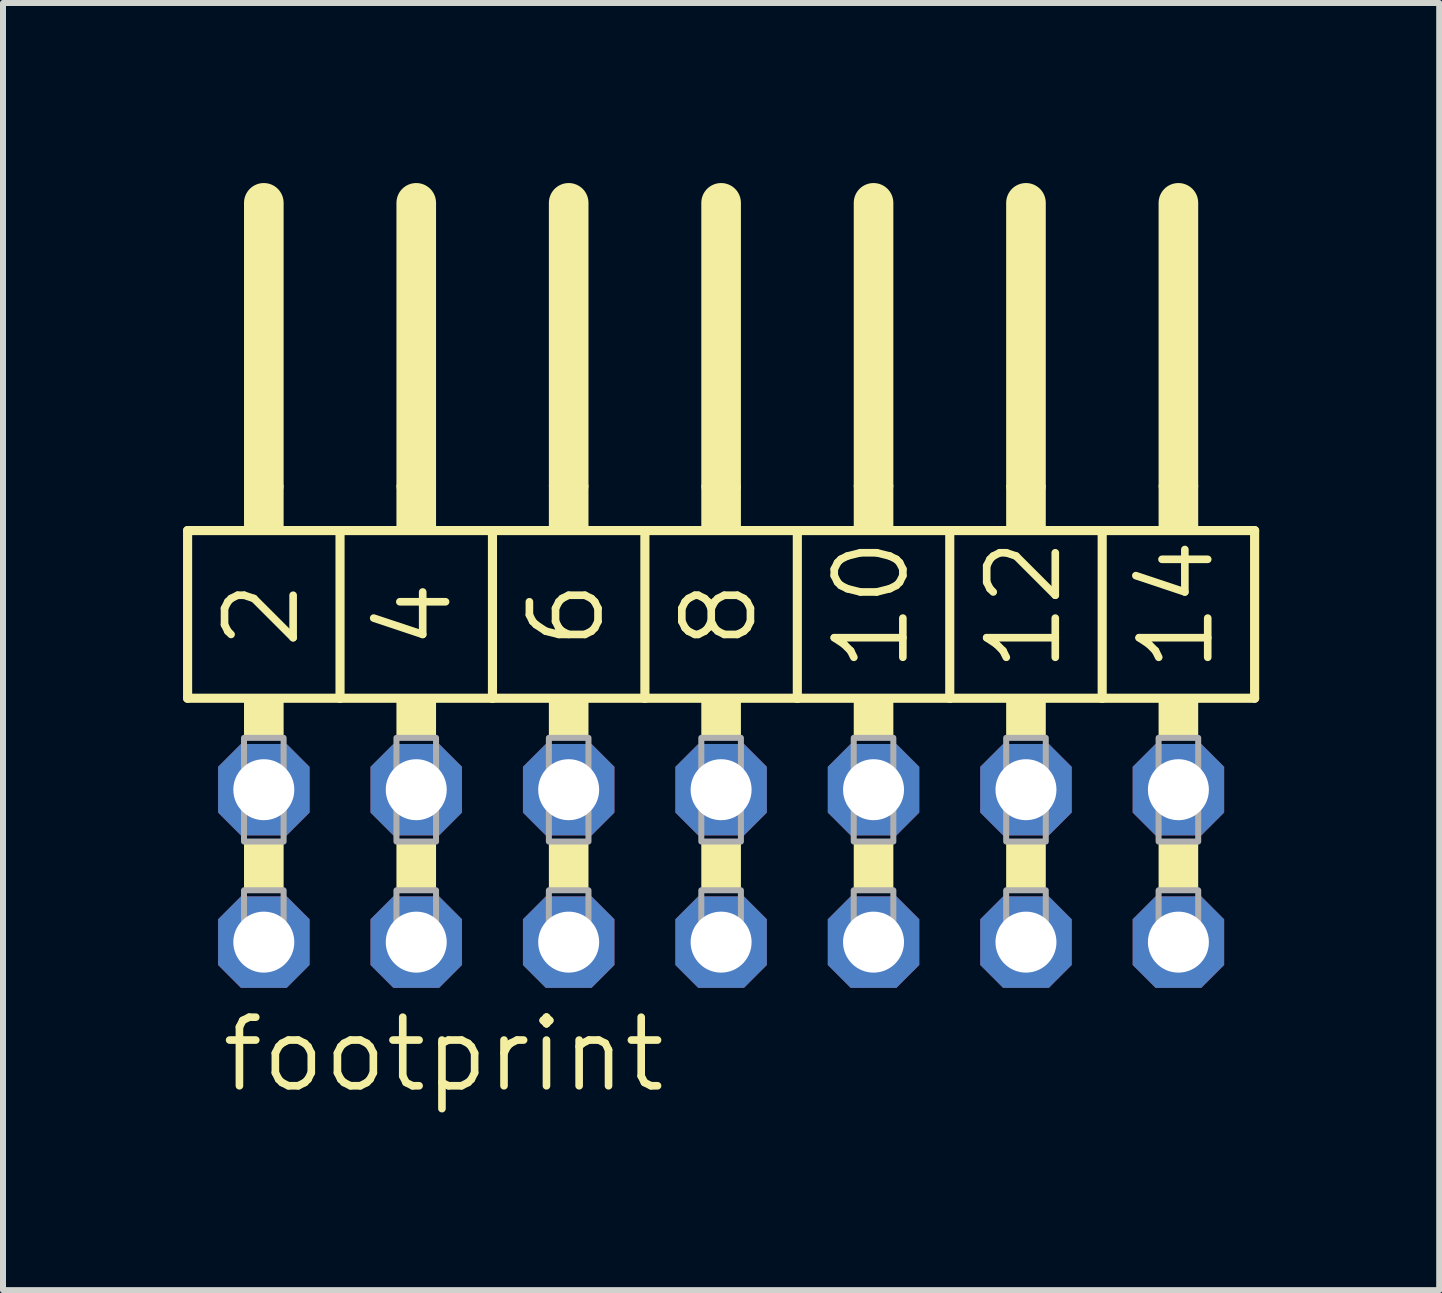
<source format=kicad_pcb>
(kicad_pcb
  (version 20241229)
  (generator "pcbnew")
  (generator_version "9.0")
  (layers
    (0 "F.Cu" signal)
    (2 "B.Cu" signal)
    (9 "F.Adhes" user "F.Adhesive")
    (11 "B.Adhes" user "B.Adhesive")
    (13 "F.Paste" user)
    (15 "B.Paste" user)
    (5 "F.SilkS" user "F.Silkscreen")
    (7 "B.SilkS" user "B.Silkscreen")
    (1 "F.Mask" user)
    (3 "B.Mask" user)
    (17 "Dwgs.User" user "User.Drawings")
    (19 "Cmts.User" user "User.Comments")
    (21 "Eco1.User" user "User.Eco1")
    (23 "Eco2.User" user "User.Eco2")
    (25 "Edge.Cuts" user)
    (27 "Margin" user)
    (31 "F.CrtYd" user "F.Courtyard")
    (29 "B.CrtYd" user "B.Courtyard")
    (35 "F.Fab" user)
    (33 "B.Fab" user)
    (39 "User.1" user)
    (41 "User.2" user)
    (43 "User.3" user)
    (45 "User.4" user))
  (footprint "footprint"
    (layer "F.Cu")
    (at 8.966 11.379)
    (property "Reference" "footprint" (at -8.382 3.81 0) (layer "F.SilkS") (effects (font (size 1.143 1.143) (thickness 0.127)) (justify left bottom)))
    (fp_line (start -8.89 -5.588) (end -6.35 -5.588) (stroke (width 0.152) (type solid)) (layer "F.SilkS"))
    (fp_line (start -8.89 -2.794) (end -8.89 -5.588) (stroke (width 0.152) (type solid)) (layer "F.SilkS"))
    (fp_line (start -7.62 -6.35) (end -7.62 -11.049) (stroke (width 0.66) (type solid)) (layer "F.SilkS"))
    (fp_line (start -6.35 -5.588) (end -3.81 -5.588) (stroke (width 0.152) (type solid)) (layer "F.SilkS"))
    (fp_line (start -6.35 -2.794) (end -8.89 -2.794) (stroke (width 0.152) (type solid)) (layer "F.SilkS"))
    (fp_line (start -6.35 -2.794) (end -6.35 -5.588) (stroke (width 0.152) (type solid)) (layer "F.SilkS"))
    (fp_line (start -6.35 -2.794) (end -3.81 -2.794) (stroke (width 0.152) (type solid)) (layer "F.SilkS"))
    (fp_line (start -5.08 -6.35) (end -5.08 -11.049) (stroke (width 0.66) (type solid)) (layer "F.SilkS"))
    (fp_line (start -3.81 -5.588) (end -1.27 -5.588) (stroke (width 0.152) (type solid)) (layer "F.SilkS"))
    (fp_line (start -3.81 -2.794) (end -3.81 -5.588) (stroke (width 0.152) (type solid)) (layer "F.SilkS"))
    (fp_line (start -2.54 -6.35) (end -2.54 -11.049) (stroke (width 0.66) (type solid)) (layer "F.SilkS"))
    (fp_line (start -1.27 -5.588) (end 1.27 -5.588) (stroke (width 0.152) (type solid)) (layer "F.SilkS"))
    (fp_line (start -1.27 -2.794) (end -3.81 -2.794) (stroke (width 0.152) (type solid)) (layer "F.SilkS"))
    (fp_line (start -1.27 -2.794) (end -1.27 -5.588) (stroke (width 0.152) (type solid)) (layer "F.SilkS"))
    (fp_line (start 0 -6.35) (end 0 -11.049) (stroke (width 0.66) (type solid)) (layer "F.SilkS"))
    (fp_line (start 1.27 -5.588) (end 3.81 -5.588) (stroke (width 0.152) (type solid)) (layer "F.SilkS"))
    (fp_line (start 1.27 -2.794) (end -1.27 -2.794) (stroke (width 0.152) (type solid)) (layer "F.SilkS"))
    (fp_line (start 1.27 -2.794) (end 1.27 -5.588) (stroke (width 0.152) (type solid)) (layer "F.SilkS"))
    (fp_line (start 2.54 -6.35) (end 2.54 -11.049) (stroke (width 0.66) (type solid)) (layer "F.SilkS"))
    (fp_line (start 3.81 -5.588) (end 6.35 -5.588) (stroke (width 0.152) (type solid)) (layer "F.SilkS"))
    (fp_line (start 3.81 -2.794) (end 1.27 -2.794) (stroke (width 0.152) (type solid)) (layer "F.SilkS"))
    (fp_line (start 3.81 -2.794) (end 3.81 -5.588) (stroke (width 0.152) (type solid)) (layer "F.SilkS"))
    (fp_line (start 5.08 -6.35) (end 5.08 -11.049) (stroke (width 0.66) (type solid)) (layer "F.SilkS"))
    (fp_line (start 6.35 -5.588) (end 8.89 -5.588) (stroke (width 0.152) (type solid)) (layer "F.SilkS"))
    (fp_line (start 6.35 -2.794) (end 3.81 -2.794) (stroke (width 0.152) (type solid)) (layer "F.SilkS"))
    (fp_line (start 6.35 -2.794) (end 6.35 -5.588) (stroke (width 0.152) (type solid)) (layer "F.SilkS"))
    (fp_line (start 6.35 -2.794) (end 8.89 -2.794) (stroke (width 0.152) (type solid)) (layer "F.SilkS"))
    (fp_line (start 7.62 -6.35) (end 7.62 -11.049) (stroke (width 0.66) (type solid)) (layer "F.SilkS"))
    (fp_line (start 8.89 -2.794) (end 8.89 -5.588) (stroke (width 0.152) (type solid)) (layer "F.SilkS"))
    (fp_poly (pts (xy -7.95 -5.588) (xy -7.29 -5.588) (xy -7.29 -6.35) (xy -7.95 -6.35)) (stroke (width 0) (type solid)) (fill yes) (layer "F.SilkS"))
    (fp_poly (pts (xy -7.95 -2.134) (xy -7.29 -2.134) (xy -7.29 -2.794) (xy -7.95 -2.794)) (stroke (width 0) (type solid)) (fill yes) (layer "F.SilkS"))
    (fp_poly (pts (xy -7.95 0.406) (xy -7.29 0.406) (xy -7.29 -0.406) (xy -7.95 -0.406)) (stroke (width 0) (type solid)) (fill yes) (layer "F.SilkS"))
    (fp_poly (pts (xy -5.41 -5.588) (xy -4.75 -5.588) (xy -4.75 -6.35) (xy -5.41 -6.35)) (stroke (width 0) (type solid)) (fill yes) (layer "F.SilkS"))
    (fp_poly (pts (xy -5.41 -2.134) (xy -4.75 -2.134) (xy -4.75 -2.794) (xy -5.41 -2.794)) (stroke (width 0) (type solid)) (fill yes) (layer "F.SilkS"))
    (fp_poly (pts (xy -5.41 0.406) (xy -4.75 0.406) (xy -4.75 -0.406) (xy -5.41 -0.406)) (stroke (width 0) (type solid)) (fill yes) (layer "F.SilkS"))
    (fp_poly (pts (xy -2.87 -5.588) (xy -2.21 -5.588) (xy -2.21 -6.35) (xy -2.87 -6.35)) (stroke (width 0) (type solid)) (fill yes) (layer "F.SilkS"))
    (fp_poly (pts (xy -2.87 -2.134) (xy -2.21 -2.134) (xy -2.21 -2.794) (xy -2.87 -2.794)) (stroke (width 0) (type solid)) (fill yes) (layer "F.SilkS"))
    (fp_poly (pts (xy -2.87 0.406) (xy -2.21 0.406) (xy -2.21 -0.406) (xy -2.87 -0.406)) (stroke (width 0) (type solid)) (fill yes) (layer "F.SilkS"))
    (fp_poly (pts (xy -0.33 -5.588) (xy 0.33 -5.588) (xy 0.33 -6.35) (xy -0.33 -6.35)) (stroke (width 0) (type solid)) (fill yes) (layer "F.SilkS"))
    (fp_poly (pts (xy -0.33 -2.134) (xy 0.33 -2.134) (xy 0.33 -2.794) (xy -0.33 -2.794)) (stroke (width 0) (type solid)) (fill yes) (layer "F.SilkS"))
    (fp_poly (pts (xy -0.33 0.406) (xy 0.33 0.406) (xy 0.33 -0.406) (xy -0.33 -0.406)) (stroke (width 0) (type solid)) (fill yes) (layer "F.SilkS"))
    (fp_poly (pts (xy 2.21 -5.588) (xy 2.87 -5.588) (xy 2.87 -6.35) (xy 2.21 -6.35)) (stroke (width 0) (type solid)) (fill yes) (layer "F.SilkS"))
    (fp_poly (pts (xy 2.21 -2.134) (xy 2.87 -2.134) (xy 2.87 -2.794) (xy 2.21 -2.794)) (stroke (width 0) (type solid)) (fill yes) (layer "F.SilkS"))
    (fp_poly (pts (xy 2.21 0.406) (xy 2.87 0.406) (xy 2.87 -0.406) (xy 2.21 -0.406)) (stroke (width 0) (type solid)) (fill yes) (layer "F.SilkS"))
    (fp_poly (pts (xy 4.75 -5.588) (xy 5.41 -5.588) (xy 5.41 -6.35) (xy 4.75 -6.35)) (stroke (width 0) (type solid)) (fill yes) (layer "F.SilkS"))
    (fp_poly (pts (xy 4.75 -2.134) (xy 5.41 -2.134) (xy 5.41 -2.794) (xy 4.75 -2.794)) (stroke (width 0) (type solid)) (fill yes) (layer "F.SilkS"))
    (fp_poly (pts (xy 4.75 0.406) (xy 5.41 0.406) (xy 5.41 -0.406) (xy 4.75 -0.406)) (stroke (width 0) (type solid)) (fill yes) (layer "F.SilkS"))
    (fp_poly (pts (xy 7.29 -5.588) (xy 7.95 -5.588) (xy 7.95 -6.35) (xy 7.29 -6.35)) (stroke (width 0) (type solid)) (fill yes) (layer "F.SilkS"))
    (fp_poly (pts (xy 7.29 -2.134) (xy 7.95 -2.134) (xy 7.95 -2.794) (xy 7.29 -2.794)) (stroke (width 0) (type solid)) (fill yes) (layer "F.SilkS"))
    (fp_poly (pts (xy 7.29 0.406) (xy 7.95 0.406) (xy 7.95 -0.406) (xy 7.29 -0.406)) (stroke (width 0) (type solid)) (fill yes) (layer "F.SilkS"))
    (fp_poly (pts (xy -7.95 -0.406) (xy -7.29 -0.406) (xy -7.29 -2.134) (xy -7.95 -2.134)) (stroke (width 0.1) (type solid)) (fill no) (layer "F.Fab"))
    (fp_poly (pts (xy -7.95 1.575) (xy -7.29 1.575) (xy -7.29 0.406) (xy -7.95 0.406)) (stroke (width 0.1) (type solid)) (fill no) (layer "F.Fab"))
    (fp_poly (pts (xy -5.41 -0.406) (xy -4.75 -0.406) (xy -4.75 -2.134) (xy -5.41 -2.134)) (stroke (width 0.1) (type solid)) (fill no) (layer "F.Fab"))
    (fp_poly (pts (xy -5.41 1.575) (xy -4.75 1.575) (xy -4.75 0.406) (xy -5.41 0.406)) (stroke (width 0.1) (type solid)) (fill no) (layer "F.Fab"))
    (fp_poly (pts (xy -2.87 -0.406) (xy -2.21 -0.406) (xy -2.21 -2.134) (xy -2.87 -2.134)) (stroke (width 0.1) (type solid)) (fill no) (layer "F.Fab"))
    (fp_poly (pts (xy -2.87 1.575) (xy -2.21 1.575) (xy -2.21 0.406) (xy -2.87 0.406)) (stroke (width 0.1) (type solid)) (fill no) (layer "F.Fab"))
    (fp_poly (pts (xy -0.33 -0.406) (xy 0.33 -0.406) (xy 0.33 -2.134) (xy -0.33 -2.134)) (stroke (width 0.1) (type solid)) (fill no) (layer "F.Fab"))
    (fp_poly (pts (xy -0.33 1.575) (xy 0.33 1.575) (xy 0.33 0.406) (xy -0.33 0.406)) (stroke (width 0.1) (type solid)) (fill no) (layer "F.Fab"))
    (fp_poly (pts (xy 2.21 -0.406) (xy 2.87 -0.406) (xy 2.87 -2.134) (xy 2.21 -2.134)) (stroke (width 0.1) (type solid)) (fill no) (layer "F.Fab"))
    (fp_poly (pts (xy 2.21 1.575) (xy 2.87 1.575) (xy 2.87 0.406) (xy 2.21 0.406)) (stroke (width 0.1) (type solid)) (fill no) (layer "F.Fab"))
    (fp_poly (pts (xy 4.75 -0.406) (xy 5.41 -0.406) (xy 5.41 -2.134) (xy 4.75 -2.134)) (stroke (width 0.1) (type solid)) (fill no) (layer "F.Fab"))
    (fp_poly (pts (xy 4.75 1.575) (xy 5.41 1.575) (xy 5.41 0.406) (xy 4.75 0.406)) (stroke (width 0.1) (type solid)) (fill no) (layer "F.Fab"))
    (fp_poly (pts (xy 7.29 -0.406) (xy 7.95 -0.406) (xy 7.95 -2.134) (xy 7.29 -2.134)) (stroke (width 0.1) (type solid)) (fill no) (layer "F.Fab"))
    (fp_poly (pts (xy 7.29 1.575) (xy 7.95 1.575) (xy 7.95 0.406) (xy 7.29 0.406)) (stroke (width 0.1) (type solid)) (fill no) (layer "F.Fab"))
    (fp_text user "2" (at -6.985 -3.556 90) (layer "F.SilkS") (effects (font (size 1.143 1.143) (thickness 0.127)) (justify left bottom)))
    (fp_text user "8" (at 0.635 -3.556 90) (layer "F.SilkS") (effects (font (size 1.143 1.143) (thickness 0.127)) (justify left bottom)))
    (fp_text user "6" (at -1.905 -3.556 90) (layer "F.SilkS") (effects (font (size 1.143 1.143) (thickness 0.127)) (justify left bottom)))
    (fp_text user "4" (at -4.445 -3.556 90) (layer "F.SilkS") (effects (font (size 1.143 1.143) (thickness 0.127)) (justify left bottom)))
    (fp_text user "10" (at 3.175 -3.175 90) (layer "F.SilkS") (effects (font (size 1.143 1.143) (thickness 0.127)) (justify left bottom)))
    (fp_text user "12" (at 5.715 -3.175 90) (layer "F.SilkS") (effects (font (size 1.143 1.143) (thickness 0.127)) (justify left bottom)))
    (fp_text user "14" (at 8.255 -3.175 90) (layer "F.SilkS") (effects (font (size 1.143 1.143) (thickness 0.127)) (justify left bottom)))
    (pad "1" thru_hole roundrect (at -7.62 1.27) (size 1.524 1.524) (drill 1.016) (layers "*.Cu" "*.Mask") (roundrect_rratio 0.25) (chamfer_ratio 0.25) (chamfer top_left top_right bottom_left bottom_right))
    (pad "2" thru_hole roundrect (at -7.62 -1.27) (size 1.524 1.524) (drill 1.016) (layers "*.Cu" "*.Mask") (roundrect_rratio 0.25) (chamfer_ratio 0.25) (chamfer top_left top_right bottom_left bottom_right))
    (pad "3" thru_hole roundrect (at -5.08 1.27) (size 1.524 1.524) (drill 1.016) (layers "*.Cu" "*.Mask") (roundrect_rratio 0.25) (chamfer_ratio 0.25) (chamfer top_left top_right bottom_left bottom_right))
    (pad "4" thru_hole roundrect (at -5.08 -1.27) (size 1.524 1.524) (drill 1.016) (layers "*.Cu" "*.Mask") (roundrect_rratio 0.25) (chamfer_ratio 0.25) (chamfer top_left top_right bottom_left bottom_right))
    (pad "5" thru_hole roundrect (at -2.54 1.27) (size 1.524 1.524) (drill 1.016) (layers "*.Cu" "*.Mask") (roundrect_rratio 0.25) (chamfer_ratio 0.25) (chamfer top_left top_right bottom_left bottom_right))
    (pad "6" thru_hole roundrect (at -2.54 -1.27) (size 1.524 1.524) (drill 1.016) (layers "*.Cu" "*.Mask") (roundrect_rratio 0.25) (chamfer_ratio 0.25) (chamfer top_left top_right bottom_left bottom_right))
    (pad "7" thru_hole roundrect (at 0 1.27) (size 1.524 1.524) (drill 1.016) (layers "*.Cu" "*.Mask") (roundrect_rratio 0.25) (chamfer_ratio 0.25) (chamfer top_left top_right bottom_left bottom_right))
    (pad "8" thru_hole roundrect (at 0 -1.27) (size 1.524 1.524) (drill 1.016) (layers "*.Cu" "*.Mask") (roundrect_rratio 0.25) (chamfer_ratio 0.25) (chamfer top_left top_right bottom_left bottom_right))
    (pad "9" thru_hole roundrect (at 2.54 1.27) (size 1.524 1.524) (drill 1.016) (layers "*.Cu" "*.Mask") (roundrect_rratio 0.25) (chamfer_ratio 0.25) (chamfer top_left top_right bottom_left bottom_right))
    (pad "10" thru_hole roundrect (at 2.54 -1.27) (size 1.524 1.524) (drill 1.016) (layers "*.Cu" "*.Mask") (roundrect_rratio 0.25) (chamfer_ratio 0.25) (chamfer top_left top_right bottom_left bottom_right))
    (pad "11" thru_hole roundrect (at 5.08 1.27) (size 1.524 1.524) (drill 1.016) (layers "*.Cu" "*.Mask") (roundrect_rratio 0.25) (chamfer_ratio 0.25) (chamfer top_left top_right bottom_left bottom_right))
    (pad "12" thru_hole roundrect (at 5.08 -1.27) (size 1.524 1.524) (drill 1.016) (layers "*.Cu" "*.Mask") (roundrect_rratio 0.25) (chamfer_ratio 0.25) (chamfer top_left top_right bottom_left bottom_right))
    (pad "13" thru_hole roundrect (at 7.62 1.27) (size 1.524 1.524) (drill 1.016) (layers "*.Cu" "*.Mask") (roundrect_rratio 0.25) (chamfer_ratio 0.25) (chamfer top_left top_right bottom_left bottom_right))
    (pad "14" thru_hole roundrect (at 7.62 -1.27) (size 1.524 1.524) (drill 1.016) (layers "*.Cu" "*.Mask") (roundrect_rratio 0.25) (chamfer_ratio 0.25) (chamfer top_left top_right bottom_left bottom_right)))
  (gr_rect
    (start -3 -3)
    (end 20.932 18.448)
    (stroke (width 0.1) (type default))
    (fill no)
    (layer "Edge.Cuts")))
</source>
